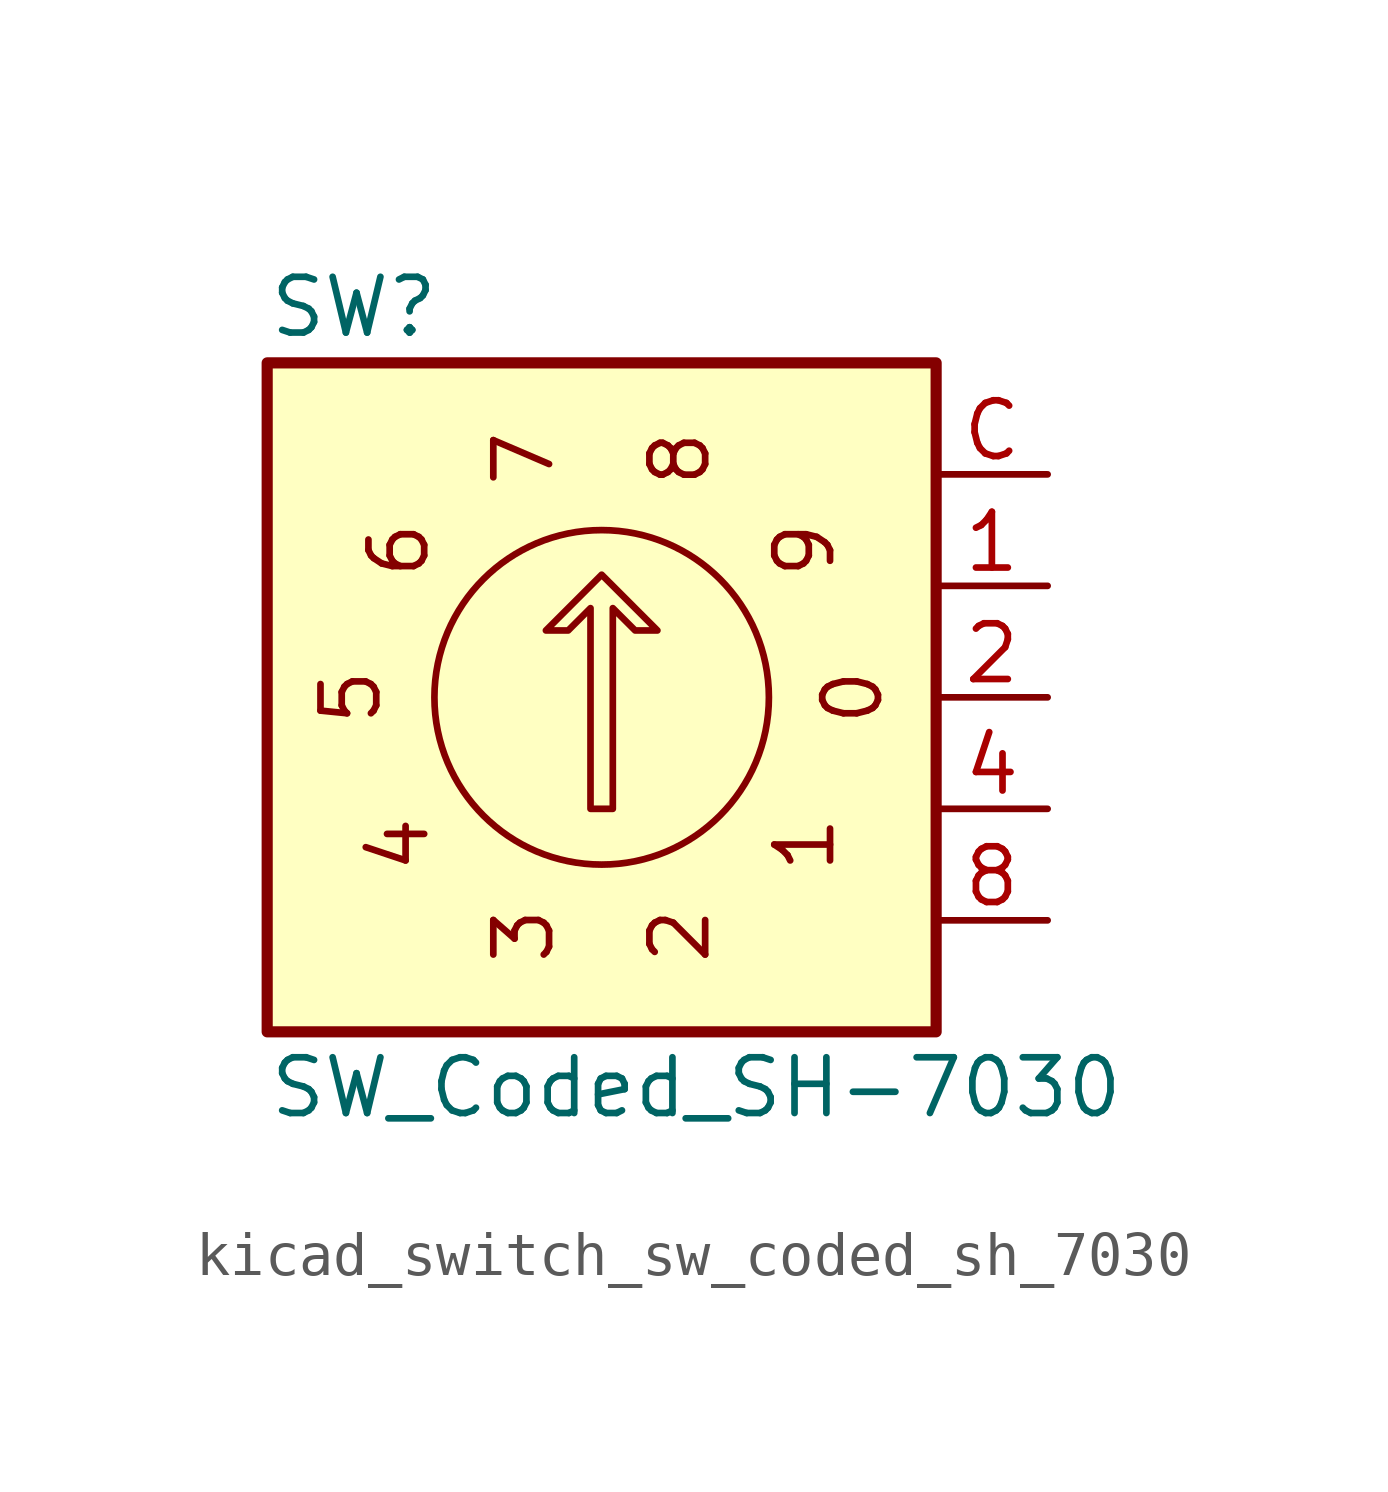
<source format=kicad_sym>
(kicad_symbol_lib
  (version 20220914)
  (generator kicad_symbol_editor)
  (symbol "kicad_switch_sw_coded_sh_7030"
    (pin_names hide)
    (property "Reference" "SW"
      (at -7.62 8.89 0)
      (effects (font (size 1.27 1.27)) (justify left)))
    (property "Value" "SW_Coded_SH-7030"
      (at -7.62 -8.89 0)
      (effects (font (size 1.27 1.27)) (justify left)))
    (symbol "kicad_switch_sw_coded_sh_7030_0_0"
      (text "0" (at 5.715 0 2700) (effects (font (size 1.27 1.27))))
      (text "1" (at 4.623 -3.353 2340) (effects (font (size 1.27 1.27))))
      (text "2" (at 1.778 -5.436 1980) (effects (font (size 1.27 1.27))))
      (text "3" (at -1.778 -5.436 1620) (effects (font (size 1.27 1.27))))
      (text "4" (at -4.623 -3.353 1260) (effects (font (size 1.27 1.27))))
      (text "5" (at -5.715 0 900) (effects (font (size 1.27 1.27))))
      (text "6" (at -4.623 3.353 540) (effects (font (size 1.27 1.27))))
      (text "7" (at -1.778 5.436 180) (effects (font (size 1.27 1.27))))
      (text "8" (at 1.778 5.436 3420) (effects (font (size 1.27 1.27))))
      (text "9" (at 4.623 3.353 3060) (effects (font (size 1.27 1.27)))))
    (symbol "kicad_switch_sw_coded_sh_7030_0_1"
      (polyline (pts (xy -0.254 -2.54) (xy -0.254 2.032) (xy -0.762 1.524) (xy -1.27 1.524) (xy 0 2.794) (xy 1.27 1.524) (xy 0.762 1.524) (xy 0.254 2.032) (xy 0.254 -2.54) (xy -0.254 -2.54) (xy -0.254 -2.54)) (stroke (width 0) (type default)) (fill (type none)))
      (circle (center 0 0) (radius 3.81) (stroke (width 0) (type default)) (fill (type none)))
      (rectangle (start 7.62 7.62) (end -7.62 -7.62) (stroke (width 0.254) (type default)) (fill (type background))))
    (symbol "kicad_switch_sw_coded_sh_7030_1_1"
      (pin passive line (at 10.16 2.54 180) (length 2.54) (name "1" (effects (font (size 1.27 1.27)))) (number "1" (effects (font (size 1.27 1.27)))))
      (pin passive line (at 10.16 0 180) (length 2.54) (name "2" (effects (font (size 1.27 1.27)))) (number "2" (effects (font (size 1.27 1.27)))))
      (pin passive line (at 10.16 -2.54 180) (length 2.54) (name "4" (effects (font (size 1.27 1.27)))) (number "4" (effects (font (size 1.27 1.27)))))
      (pin passive line (at 10.16 -5.08 180) (length 2.54) (name "8" (effects (font (size 1.27 1.27)))) (number "8" (effects (font (size 1.27 1.27)))))
      (pin passive line (at 10.16 5.08 180) (length 2.54) (name "C" (effects (font (size 1.27 1.27)))) (number "C" (effects (font (size 1.27 1.27))))))))
</source>
